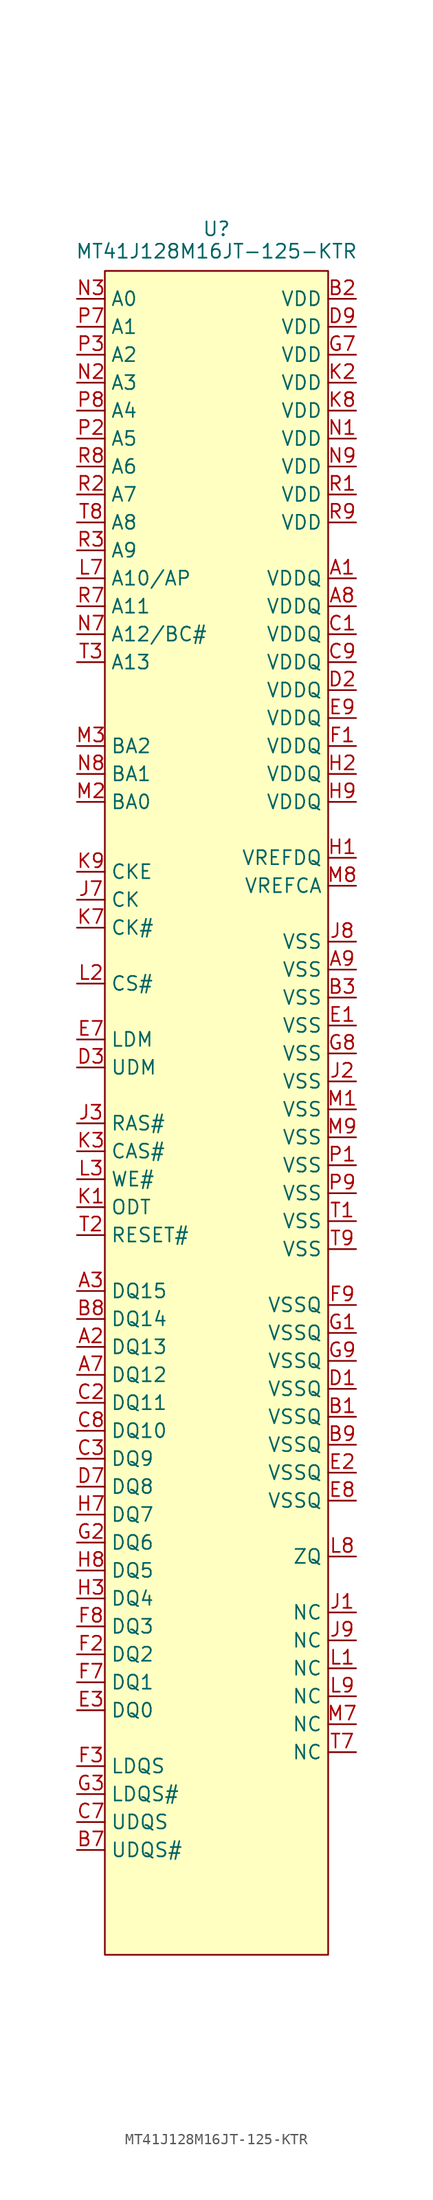
<source format=kicad_sym>
(kicad_symbol_lib
  (version 20241209)
  (generator "kicad_symbol_editor")
  (generator_version "9.0")
  (symbol "MT41J128M16JT-125-KTR"
    (property "Reference" "U"
      (at 0 0 0)
      (effects (font (size 1.27 1.27))))
    (property "Value" "MT41J128M16JT-125-KTR"
      (at 0 -2.032 0)
      (effects (font (size 1.27 1.27))))
    (symbol "MT41J128M16JT-125-KTR_1_1"
      (rectangle (start -10.16 -3.81) (end 10.16 -156.845) (stroke (width 0) (type solid)) (fill (type background)))
      (pin passive line (at -12.7 -6.35 0) (length 2.54) (name "A0" (effects (font (size 1.27 1.27)))) (number "N3" (effects (font (size 1.27 1.27)))))
      (pin passive line (at -12.7 -8.89 0) (length 2.54) (name "A1" (effects (font (size 1.27 1.27)))) (number "P7" (effects (font (size 1.27 1.27)))))
      (pin passive line (at -12.7 -11.43 0) (length 2.54) (name "A2" (effects (font (size 1.27 1.27)))) (number "P3" (effects (font (size 1.27 1.27)))))
      (pin passive line (at -12.7 -13.97 0) (length 2.54) (name "A3" (effects (font (size 1.27 1.27)))) (number "N2" (effects (font (size 1.27 1.27)))))
      (pin passive line (at -12.7 -16.51 0) (length 2.54) (name "A4" (effects (font (size 1.27 1.27)))) (number "P8" (effects (font (size 1.27 1.27)))))
      (pin passive line (at -12.7 -19.05 0) (length 2.54) (name "A5" (effects (font (size 1.27 1.27)))) (number "P2" (effects (font (size 1.27 1.27)))))
      (pin passive line (at -12.7 -21.59 0) (length 2.54) (name "A6" (effects (font (size 1.27 1.27)))) (number "R8" (effects (font (size 1.27 1.27)))))
      (pin passive line (at -12.7 -24.13 0) (length 2.54) (name "A7" (effects (font (size 1.27 1.27)))) (number "R2" (effects (font (size 1.27 1.27)))))
      (pin passive line (at -12.7 -26.67 0) (length 2.54) (name "A8" (effects (font (size 1.27 1.27)))) (number "T8" (effects (font (size 1.27 1.27)))))
      (pin passive line (at -12.7 -29.21 0) (length 2.54) (name "A9" (effects (font (size 1.27 1.27)))) (number "R3" (effects (font (size 1.27 1.27)))))
      (pin passive line (at -12.7 -31.75 0) (length 2.54) (name "A10/AP" (effects (font (size 1.27 1.27)))) (number "L7" (effects (font (size 1.27 1.27)))))
      (pin passive line (at -12.7 -34.29 0) (length 2.54) (name "A11" (effects (font (size 1.27 1.27)))) (number "R7" (effects (font (size 1.27 1.27)))))
      (pin passive line (at -12.7 -36.83 0) (length 2.54) (name "A12/BC#" (effects (font (size 1.27 1.27)))) (number "N7" (effects (font (size 1.27 1.27)))))
      (pin passive line (at -12.7 -39.37 0) (length 2.54) (name "A13" (effects (font (size 1.27 1.27)))) (number "T3" (effects (font (size 1.27 1.27)))))
      (pin passive line (at -12.7 -46.99 0) (length 2.54) (name "BA2" (effects (font (size 1.27 1.27)))) (number "M3" (effects (font (size 1.27 1.27)))))
      (pin passive line (at -12.7 -49.53 0) (length 2.54) (name "BA1" (effects (font (size 1.27 1.27)))) (number "N8" (effects (font (size 1.27 1.27)))))
      (pin passive line (at -12.7 -52.07 0) (length 2.54) (name "BA0" (effects (font (size 1.27 1.27)))) (number "M2" (effects (font (size 1.27 1.27)))))
      (pin passive line (at -12.7 -58.42 0) (length 2.54) (name "CKE" (effects (font (size 1.27 1.27)))) (number "K9" (effects (font (size 1.27 1.27)))))
      (pin passive line (at -12.7 -60.96 0) (length 2.54) (name "CK" (effects (font (size 1.27 1.27)))) (number "J7" (effects (font (size 1.27 1.27)))))
      (pin passive line (at -12.7 -63.5 0) (length 2.54) (name "CK#" (effects (font (size 1.27 1.27)))) (number "K7" (effects (font (size 1.27 1.27)))))
      (pin passive line (at -12.7 -68.58 0) (length 2.54) (name "CS#" (effects (font (size 1.27 1.27)))) (number "L2" (effects (font (size 1.27 1.27)))))
      (pin passive line (at -12.7 -73.66 0) (length 2.54) (name "LDM" (effects (font (size 1.27 1.27)))) (number "E7" (effects (font (size 1.27 1.27)))))
      (pin passive line (at -12.7 -76.2 0) (length 2.54) (name "UDM" (effects (font (size 1.27 1.27)))) (number "D3" (effects (font (size 1.27 1.27)))))
      (pin passive line (at -12.7 -81.28 0) (length 2.54) (name "RAS#" (effects (font (size 1.27 1.27)))) (number "J3" (effects (font (size 1.27 1.27)))))
      (pin passive line (at -12.7 -83.82 0) (length 2.54) (name "CAS#" (effects (font (size 1.27 1.27)))) (number "K3" (effects (font (size 1.27 1.27)))))
      (pin passive line (at -12.7 -86.36 0) (length 2.54) (name "WE#" (effects (font (size 1.27 1.27)))) (number "L3" (effects (font (size 1.27 1.27)))))
      (pin passive line (at -12.7 -88.9 0) (length 2.54) (name "ODT" (effects (font (size 1.27 1.27)))) (number "K1" (effects (font (size 1.27 1.27)))))
      (pin passive line (at -12.7 -91.44 0) (length 2.54) (name "RESET#" (effects (font (size 1.27 1.27)))) (number "T2" (effects (font (size 1.27 1.27)))))
      (pin passive line (at -12.7 -96.52 0) (length 2.54) (name "DQ15" (effects (font (size 1.27 1.27)))) (number "A3" (effects (font (size 1.27 1.27)))))
      (pin passive line (at -12.7 -99.06 0) (length 2.54) (name "DQ14" (effects (font (size 1.27 1.27)))) (number "B8" (effects (font (size 1.27 1.27)))))
      (pin passive line (at -12.7 -101.6 0) (length 2.54) (name "DQ13" (effects (font (size 1.27 1.27)))) (number "A2" (effects (font (size 1.27 1.27)))))
      (pin passive line (at -12.7 -104.14 0) (length 2.54) (name "DQ12" (effects (font (size 1.27 1.27)))) (number "A7" (effects (font (size 1.27 1.27)))))
      (pin passive line (at -12.7 -106.68 0) (length 2.54) (name "DQ11" (effects (font (size 1.27 1.27)))) (number "C2" (effects (font (size 1.27 1.27)))))
      (pin passive line (at -12.7 -109.22 0) (length 2.54) (name "DQ10" (effects (font (size 1.27 1.27)))) (number "C8" (effects (font (size 1.27 1.27)))))
      (pin passive line (at -12.7 -111.76 0) (length 2.54) (name "DQ9" (effects (font (size 1.27 1.27)))) (number "C3" (effects (font (size 1.27 1.27)))))
      (pin passive line (at -12.7 -114.3 0) (length 2.54) (name "DQ8" (effects (font (size 1.27 1.27)))) (number "D7" (effects (font (size 1.27 1.27)))))
      (pin passive line (at -12.7 -116.84 0) (length 2.54) (name "DQ7" (effects (font (size 1.27 1.27)))) (number "H7" (effects (font (size 1.27 1.27)))))
      (pin passive line (at -12.7 -119.38 0) (length 2.54) (name "DQ6" (effects (font (size 1.27 1.27)))) (number "G2" (effects (font (size 1.27 1.27)))))
      (pin passive line (at -12.7 -121.92 0) (length 2.54) (name "DQ5" (effects (font (size 1.27 1.27)))) (number "H8" (effects (font (size 1.27 1.27)))))
      (pin passive line (at -12.7 -124.46 0) (length 2.54) (name "DQ4" (effects (font (size 1.27 1.27)))) (number "H3" (effects (font (size 1.27 1.27)))))
      (pin passive line (at -12.7 -127 0) (length 2.54) (name "DQ3" (effects (font (size 1.27 1.27)))) (number "F8" (effects (font (size 1.27 1.27)))))
      (pin passive line (at -12.7 -129.54 0) (length 2.54) (name "DQ2" (effects (font (size 1.27 1.27)))) (number "F2" (effects (font (size 1.27 1.27)))))
      (pin passive line (at -12.7 -132.08 0) (length 2.54) (name "DQ1" (effects (font (size 1.27 1.27)))) (number "F7" (effects (font (size 1.27 1.27)))))
      (pin passive line (at -12.7 -134.62 0) (length 2.54) (name "DQ0" (effects (font (size 1.27 1.27)))) (number "E3" (effects (font (size 1.27 1.27)))))
      (pin passive line (at -12.7 -139.7 0) (length 2.54) (name "LDQS" (effects (font (size 1.27 1.27)))) (number "F3" (effects (font (size 1.27 1.27)))))
      (pin passive line (at -12.7 -142.24 0) (length 2.54) (name "LDQS#" (effects (font (size 1.27 1.27)))) (number "G3" (effects (font (size 1.27 1.27)))))
      (pin passive line (at -12.7 -144.78 0) (length 2.54) (name "UDQS" (effects (font (size 1.27 1.27)))) (number "C7" (effects (font (size 1.27 1.27)))))
      (pin passive line (at -12.7 -147.32 0) (length 2.54) (name "UDQS#" (effects (font (size 1.27 1.27)))) (number "B7" (effects (font (size 1.27 1.27)))))
      (pin passive line (at 12.7 -6.35 180) (length 2.54) (name "VDD" (effects (font (size 1.27 1.27)))) (number "B2" (effects (font (size 1.27 1.27)))))
      (pin passive line (at 12.7 -8.89 180) (length 2.54) (name "VDD" (effects (font (size 1.27 1.27)))) (number "D9" (effects (font (size 1.27 1.27)))))
      (pin passive line (at 12.7 -11.43 180) (length 2.54) (name "VDD" (effects (font (size 1.27 1.27)))) (number "G7" (effects (font (size 1.27 1.27)))))
      (pin passive line (at 12.7 -13.97 180) (length 2.54) (name "VDD" (effects (font (size 1.27 1.27)))) (number "K2" (effects (font (size 1.27 1.27)))))
      (pin passive line (at 12.7 -16.51 180) (length 2.54) (name "VDD" (effects (font (size 1.27 1.27)))) (number "K8" (effects (font (size 1.27 1.27)))))
      (pin passive line (at 12.7 -19.05 180) (length 2.54) (name "VDD" (effects (font (size 1.27 1.27)))) (number "N1" (effects (font (size 1.27 1.27)))))
      (pin passive line (at 12.7 -21.59 180) (length 2.54) (name "VDD" (effects (font (size 1.27 1.27)))) (number "N9" (effects (font (size 1.27 1.27)))))
      (pin passive line (at 12.7 -24.13 180) (length 2.54) (name "VDD" (effects (font (size 1.27 1.27)))) (number "R1" (effects (font (size 1.27 1.27)))))
      (pin passive line (at 12.7 -26.67 180) (length 2.54) (name "VDD" (effects (font (size 1.27 1.27)))) (number "R9" (effects (font (size 1.27 1.27)))))
      (pin passive line (at 12.7 -31.75 180) (length 2.54) (name "VDDQ" (effects (font (size 1.27 1.27)))) (number "A1" (effects (font (size 1.27 1.27)))))
      (pin passive line (at 12.7 -34.29 180) (length 2.54) (name "VDDQ" (effects (font (size 1.27 1.27)))) (number "A8" (effects (font (size 1.27 1.27)))))
      (pin passive line (at 12.7 -36.83 180) (length 2.54) (name "VDDQ" (effects (font (size 1.27 1.27)))) (number "C1" (effects (font (size 1.27 1.27)))))
      (pin passive line (at 12.7 -39.37 180) (length 2.54) (name "VDDQ" (effects (font (size 1.27 1.27)))) (number "C9" (effects (font (size 1.27 1.27)))))
      (pin passive line (at 12.7 -41.91 180) (length 2.54) (name "VDDQ" (effects (font (size 1.27 1.27)))) (number "D2" (effects (font (size 1.27 1.27)))))
      (pin passive line (at 12.7 -44.45 180) (length 2.54) (name "VDDQ" (effects (font (size 1.27 1.27)))) (number "E9" (effects (font (size 1.27 1.27)))))
      (pin passive line (at 12.7 -46.99 180) (length 2.54) (name "VDDQ" (effects (font (size 1.27 1.27)))) (number "F1" (effects (font (size 1.27 1.27)))))
      (pin passive line (at 12.7 -49.53 180) (length 2.54) (name "VDDQ" (effects (font (size 1.27 1.27)))) (number "H2" (effects (font (size 1.27 1.27)))))
      (pin passive line (at 12.7 -52.07 180) (length 2.54) (name "VDDQ" (effects (font (size 1.27 1.27)))) (number "H9" (effects (font (size 1.27 1.27)))))
      (pin passive line (at 12.7 -57.15 180) (length 2.54) (name "VREFDQ" (effects (font (size 1.27 1.27)))) (number "H1" (effects (font (size 1.27 1.27)))))
      (pin passive line (at 12.7 -59.69 180) (length 2.54) (name "VREFCA" (effects (font (size 1.27 1.27)))) (number "M8" (effects (font (size 1.27 1.27)))))
      (pin passive line (at 12.7 -64.77 180) (length 2.54) (name "VSS" (effects (font (size 1.27 1.27)))) (number "J8" (effects (font (size 1.27 1.27)))))
      (pin passive line (at 12.7 -67.31 180) (length 2.54) (name "VSS" (effects (font (size 1.27 1.27)))) (number "A9" (effects (font (size 1.27 1.27)))))
      (pin passive line (at 12.7 -69.85 180) (length 2.54) (name "VSS" (effects (font (size 1.27 1.27)))) (number "B3" (effects (font (size 1.27 1.27)))))
      (pin passive line (at 12.7 -72.39 180) (length 2.54) (name "VSS" (effects (font (size 1.27 1.27)))) (number "E1" (effects (font (size 1.27 1.27)))))
      (pin passive line (at 12.7 -74.93 180) (length 2.54) (name "VSS" (effects (font (size 1.27 1.27)))) (number "G8" (effects (font (size 1.27 1.27)))))
      (pin passive line (at 12.7 -77.47 180) (length 2.54) (name "VSS" (effects (font (size 1.27 1.27)))) (number "J2" (effects (font (size 1.27 1.27)))))
      (pin passive line (at 12.7 -80.01 180) (length 2.54) (name "VSS" (effects (font (size 1.27 1.27)))) (number "M1" (effects (font (size 1.27 1.27)))))
      (pin passive line (at 12.7 -82.55 180) (length 2.54) (name "VSS" (effects (font (size 1.27 1.27)))) (number "M9" (effects (font (size 1.27 1.27)))))
      (pin passive line (at 12.7 -85.09 180) (length 2.54) (name "VSS" (effects (font (size 1.27 1.27)))) (number "P1" (effects (font (size 1.27 1.27)))))
      (pin passive line (at 12.7 -87.63 180) (length 2.54) (name "VSS" (effects (font (size 1.27 1.27)))) (number "P9" (effects (font (size 1.27 1.27)))))
      (pin passive line (at 12.7 -90.17 180) (length 2.54) (name "VSS" (effects (font (size 1.27 1.27)))) (number "T1" (effects (font (size 1.27 1.27)))))
      (pin passive line (at 12.7 -92.71 180) (length 2.54) (name "VSS" (effects (font (size 1.27 1.27)))) (number "T9" (effects (font (size 1.27 1.27)))))
      (pin passive line (at 12.7 -97.79 180) (length 2.54) (name "VSSQ" (effects (font (size 1.27 1.27)))) (number "F9" (effects (font (size 1.27 1.27)))))
      (pin passive line (at 12.7 -100.33 180) (length 2.54) (name "VSSQ" (effects (font (size 1.27 1.27)))) (number "G1" (effects (font (size 1.27 1.27)))))
      (pin passive line (at 12.7 -102.87 180) (length 2.54) (name "VSSQ" (effects (font (size 1.27 1.27)))) (number "G9" (effects (font (size 1.27 1.27)))))
      (pin passive line (at 12.7 -105.41 180) (length 2.54) (name "VSSQ" (effects (font (size 1.27 1.27)))) (number "D1" (effects (font (size 1.27 1.27)))))
      (pin passive line (at 12.7 -107.95 180) (length 2.54) (name "VSSQ" (effects (font (size 1.27 1.27)))) (number "B1" (effects (font (size 1.27 1.27)))))
      (pin passive line (at 12.7 -110.49 180) (length 2.54) (name "VSSQ" (effects (font (size 1.27 1.27)))) (number "B9" (effects (font (size 1.27 1.27)))))
      (pin passive line (at 12.7 -113.03 180) (length 2.54) (name "VSSQ" (effects (font (size 1.27 1.27)))) (number "E2" (effects (font (size 1.27 1.27)))))
      (pin passive line (at 12.7 -115.57 180) (length 2.54) (name "VSSQ" (effects (font (size 1.27 1.27)))) (number "E8" (effects (font (size 1.27 1.27)))))
      (pin passive line (at 12.7 -120.65 180) (length 2.54) (name "ZQ" (effects (font (size 1.27 1.27)))) (number "L8" (effects (font (size 1.27 1.27)))))
      (pin passive line (at 12.7 -125.73 180) (length 2.54) (name "NC" (effects (font (size 1.27 1.27)))) (number "J1" (effects (font (size 1.27 1.27)))))
      (pin passive line (at 12.7 -128.27 180) (length 2.54) (name "NC" (effects (font (size 1.27 1.27)))) (number "J9" (effects (font (size 1.27 1.27)))))
      (pin passive line (at 12.7 -130.81 180) (length 2.54) (name "NC" (effects (font (size 1.27 1.27)))) (number "L1" (effects (font (size 1.27 1.27)))))
      (pin passive line (at 12.7 -133.35 180) (length 2.54) (name "NC" (effects (font (size 1.27 1.27)))) (number "L9" (effects (font (size 1.27 1.27)))))
      (pin passive line (at 12.7 -135.89 180) (length 2.54) (name "NC" (effects (font (size 1.27 1.27)))) (number "M7" (effects (font (size 1.27 1.27)))))
      (pin passive line (at 12.7 -138.43 180) (length 2.54) (name "NC" (effects (font (size 1.27 1.27)))) (number "T7" (effects (font (size 1.27 1.27))))))))
</source>
